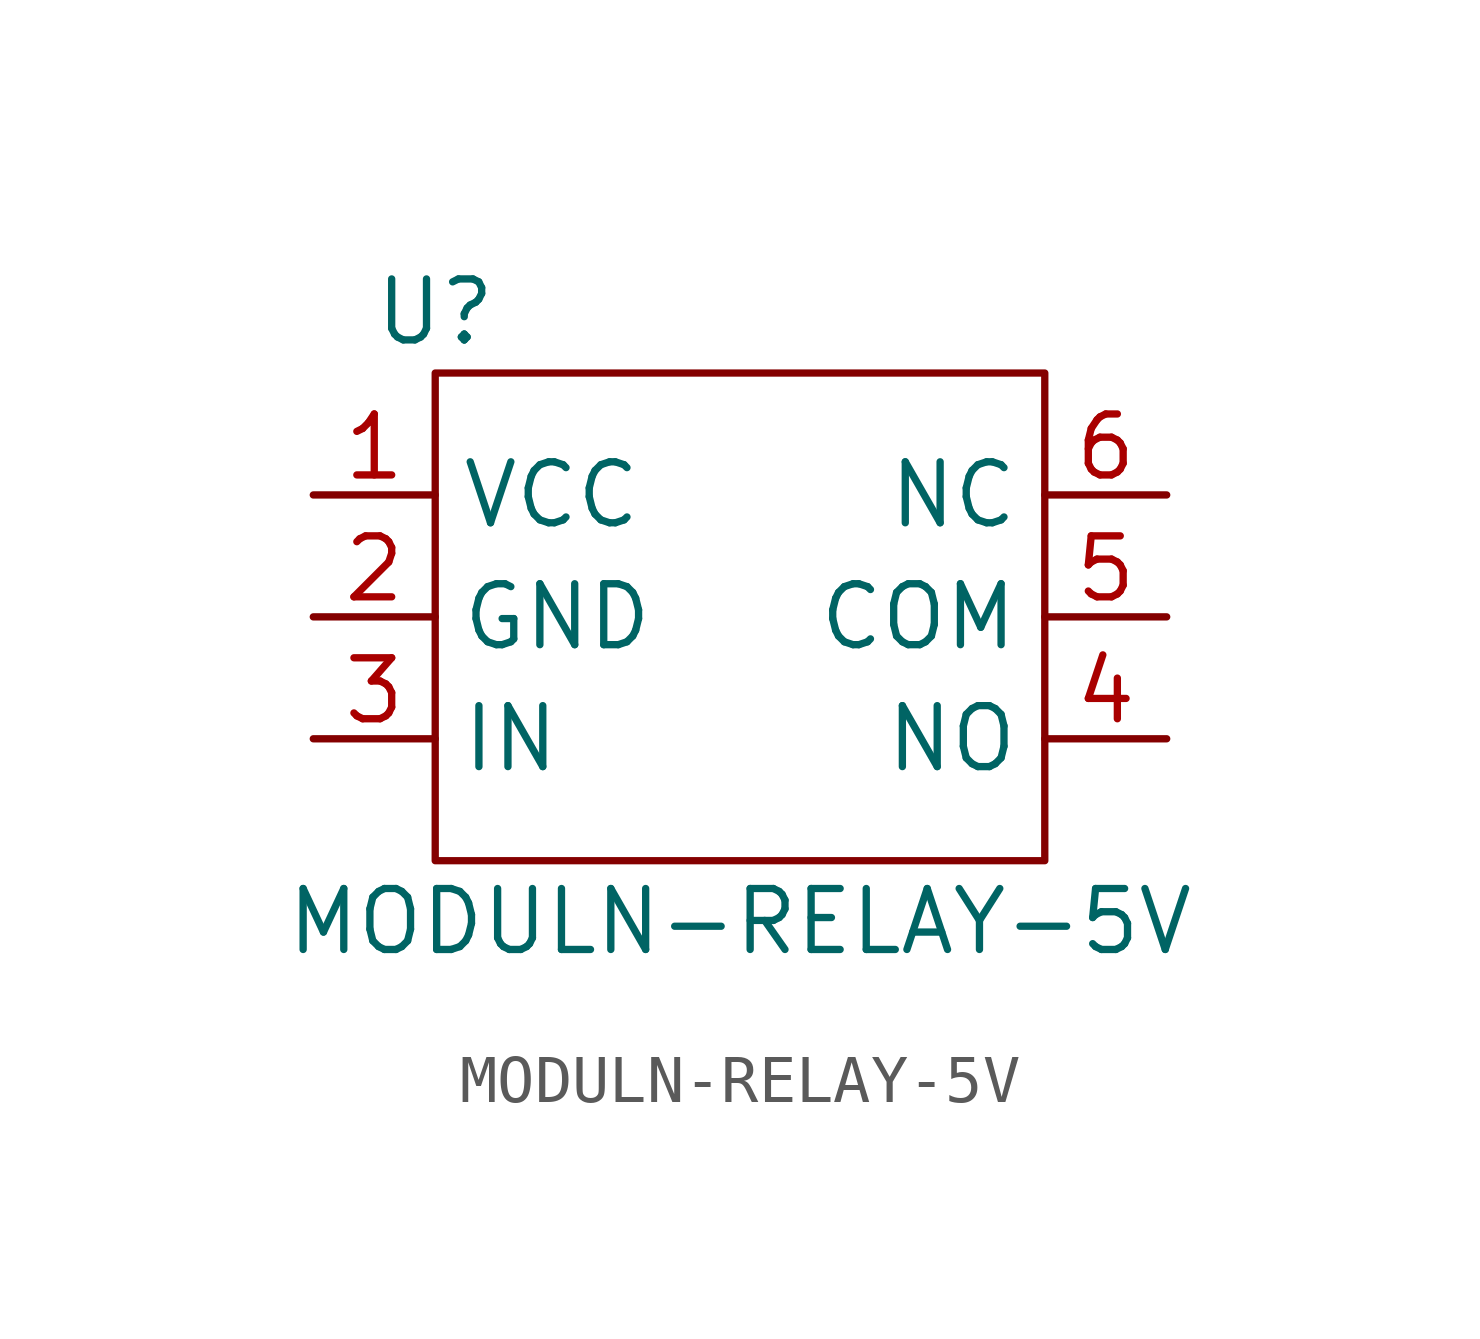
<source format=kicad_sym>
(kicad_symbol_lib
  (version 20220914)
  (generator kicad_symbol_editor)
  (symbol "MODULN-RELAY-5V"
    (property "Reference" "U"
      (at -6.35 6.35 0)
      (effects (font (size 1.27 1.27))))
    (property "Value" "MODULN-RELAY-5V"
      (at 0 -6.35 0)
      (effects (font (size 1.27 1.27))))
    (symbol "MODULN-RELAY-5V_0_1"
      (rectangle (start -6.35 5.08) (end 6.35 -5.08) (stroke (width 0) (type default)) (fill (type none))))
    (symbol "MODULN-RELAY-5V_1_1"
      (pin input line (at -8.89 2.54 0) (length 2.54) (name "VCC" (effects (font (size 1.27 1.27)))) (number "1" (effects (font (size 1.27 1.27)))))
      (pin input line (at -8.89 0 0) (length 2.54) (name "GND" (effects (font (size 1.27 1.27)))) (number "2" (effects (font (size 1.27 1.27)))))
      (pin input line (at -8.89 -2.54 0) (length 2.54) (name "IN" (effects (font (size 1.27 1.27)))) (number "3" (effects (font (size 1.27 1.27)))))
      (pin input line (at 8.89 -2.54 180) (length 2.54) (name "NO" (effects (font (size 1.27 1.27)))) (number "4" (effects (font (size 1.27 1.27)))))
      (pin input line (at 8.89 0 180) (length 2.54) (name "COM" (effects (font (size 1.27 1.27)))) (number "5" (effects (font (size 1.27 1.27)))))
      (pin input line (at 8.89 2.54 180) (length 2.54) (name "NC" (effects (font (size 1.27 1.27)))) (number "6" (effects (font (size 1.27 1.27))))))))
</source>
